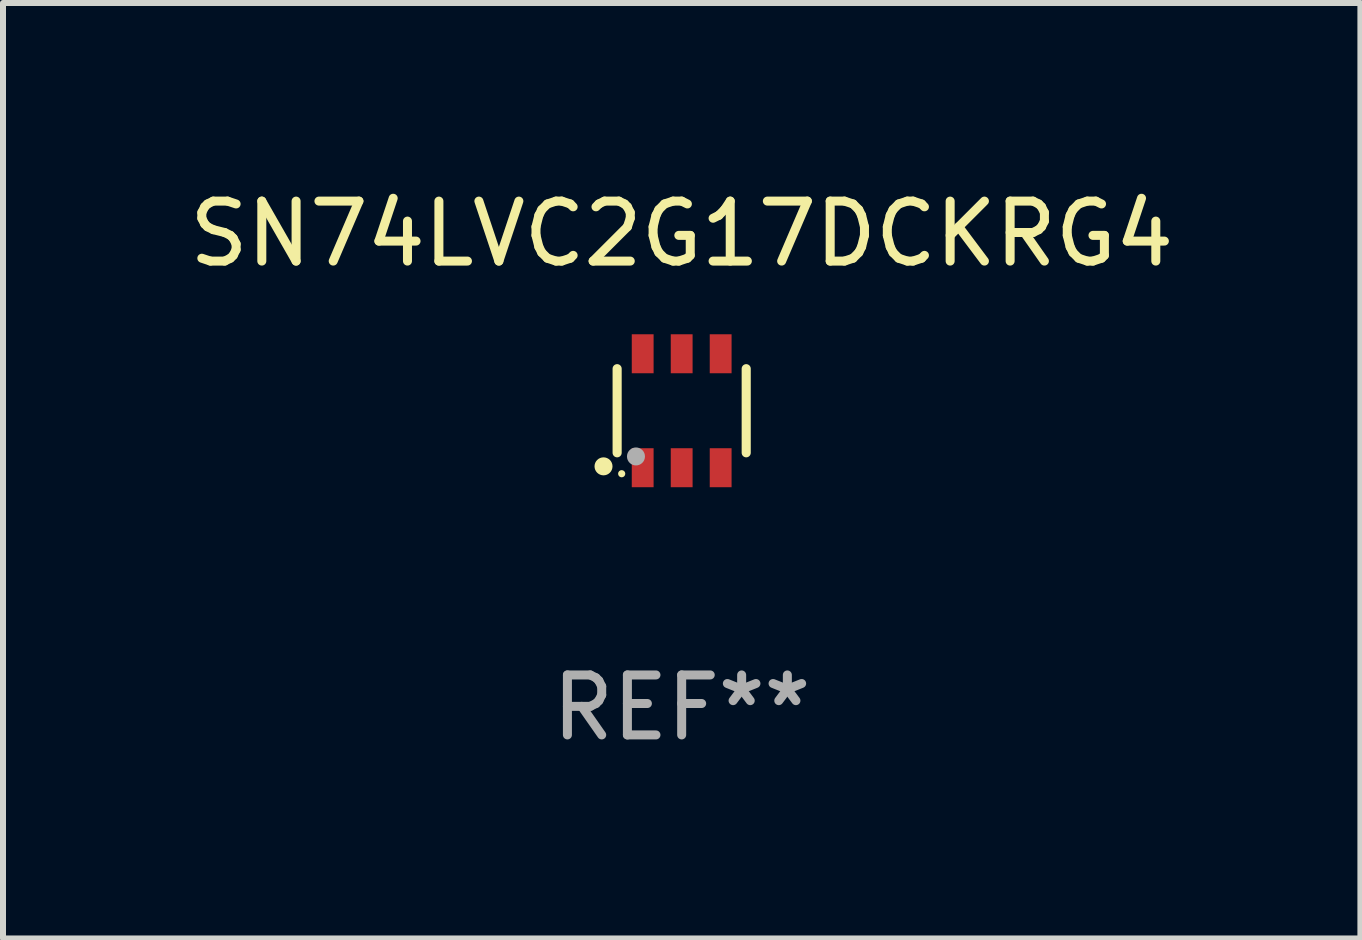
<source format=kicad_pcb>
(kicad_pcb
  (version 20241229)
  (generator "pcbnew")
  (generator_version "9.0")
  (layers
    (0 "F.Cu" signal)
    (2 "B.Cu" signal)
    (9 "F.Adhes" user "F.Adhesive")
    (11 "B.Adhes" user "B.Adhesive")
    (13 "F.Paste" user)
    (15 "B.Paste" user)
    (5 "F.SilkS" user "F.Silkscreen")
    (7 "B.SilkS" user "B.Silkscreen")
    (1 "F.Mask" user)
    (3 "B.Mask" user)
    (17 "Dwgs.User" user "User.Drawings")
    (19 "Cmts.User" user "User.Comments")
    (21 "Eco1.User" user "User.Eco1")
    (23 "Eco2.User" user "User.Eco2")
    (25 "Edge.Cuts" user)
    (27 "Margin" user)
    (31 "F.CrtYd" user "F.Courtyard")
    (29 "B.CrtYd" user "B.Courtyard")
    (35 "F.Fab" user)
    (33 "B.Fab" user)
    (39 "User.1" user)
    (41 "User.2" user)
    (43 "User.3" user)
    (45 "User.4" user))
  (footprint "SN74LVC2G17DCKRG4"
    (layer "F.Cu")
    (at 8.315 3.798)
    (property "Reference" "SN74LVC2G17DCKRG4" (at 0 -2.95 0) (layer "F.SilkS") (effects (font (size 1 1) (thickness 0.15))))
    (attr through_hole)
    (fp_line (start -1.076 0.701) (end -1.076 -0.701) (stroke (width 0.152) (type solid)) (layer "F.SilkS"))
    (fp_line (start 1.076 0.701) (end 1.076 -0.701) (stroke (width 0.152) (type solid)) (layer "F.SilkS"))
    (fp_circle (center -1.303 0.927) (end -1.228 0.927) (stroke (width 0.15) (type solid)) (fill no) (layer "F.SilkS"))
    (fp_circle (center -1 1.05) (end -0.97 1.05) (stroke (width 0.06) (type solid)) (fill no) (layer "F.SilkS"))
    (fp_circle (center -0.762 0.762) (end -0.687 0.762) (stroke (width 0.15) (type solid)) (fill no) (layer "F.Fab"))
    (fp_text user "REF**" (at 0 4.95 0) (layer "F.Fab") (effects (font (size 1 1) (thickness 0.15))))
    (pad "1" smd rect (at -0.65 0.95) (size 0.364 0.65) (layers "F.Cu" "F.Mask" "F.Paste"))
    (pad "2" smd rect (at 0 0.95) (size 0.364 0.65) (layers "F.Cu" "F.Mask" "F.Paste"))
    (pad "3" smd rect (at 0.65 0.95) (size 0.364 0.65) (layers "F.Cu" "F.Mask" "F.Paste"))
    (pad "4" smd rect (at 0.65 -0.95) (size 0.364 0.65) (layers "F.Cu" "F.Mask" "F.Paste"))
    (pad "5" smd rect (at 0 -0.95) (size 0.364 0.65) (layers "F.Cu" "F.Mask" "F.Paste"))
    (pad "6" smd rect (at -0.65 -0.95) (size 0.364 0.65) (layers "F.Cu" "F.Mask" "F.Paste")))
  (gr_rect
    (start -3 -3)
    (end 19.631 12.596)
    (stroke (width 0.1) (type default))
    (fill no)
    (layer "Edge.Cuts")))
</source>
